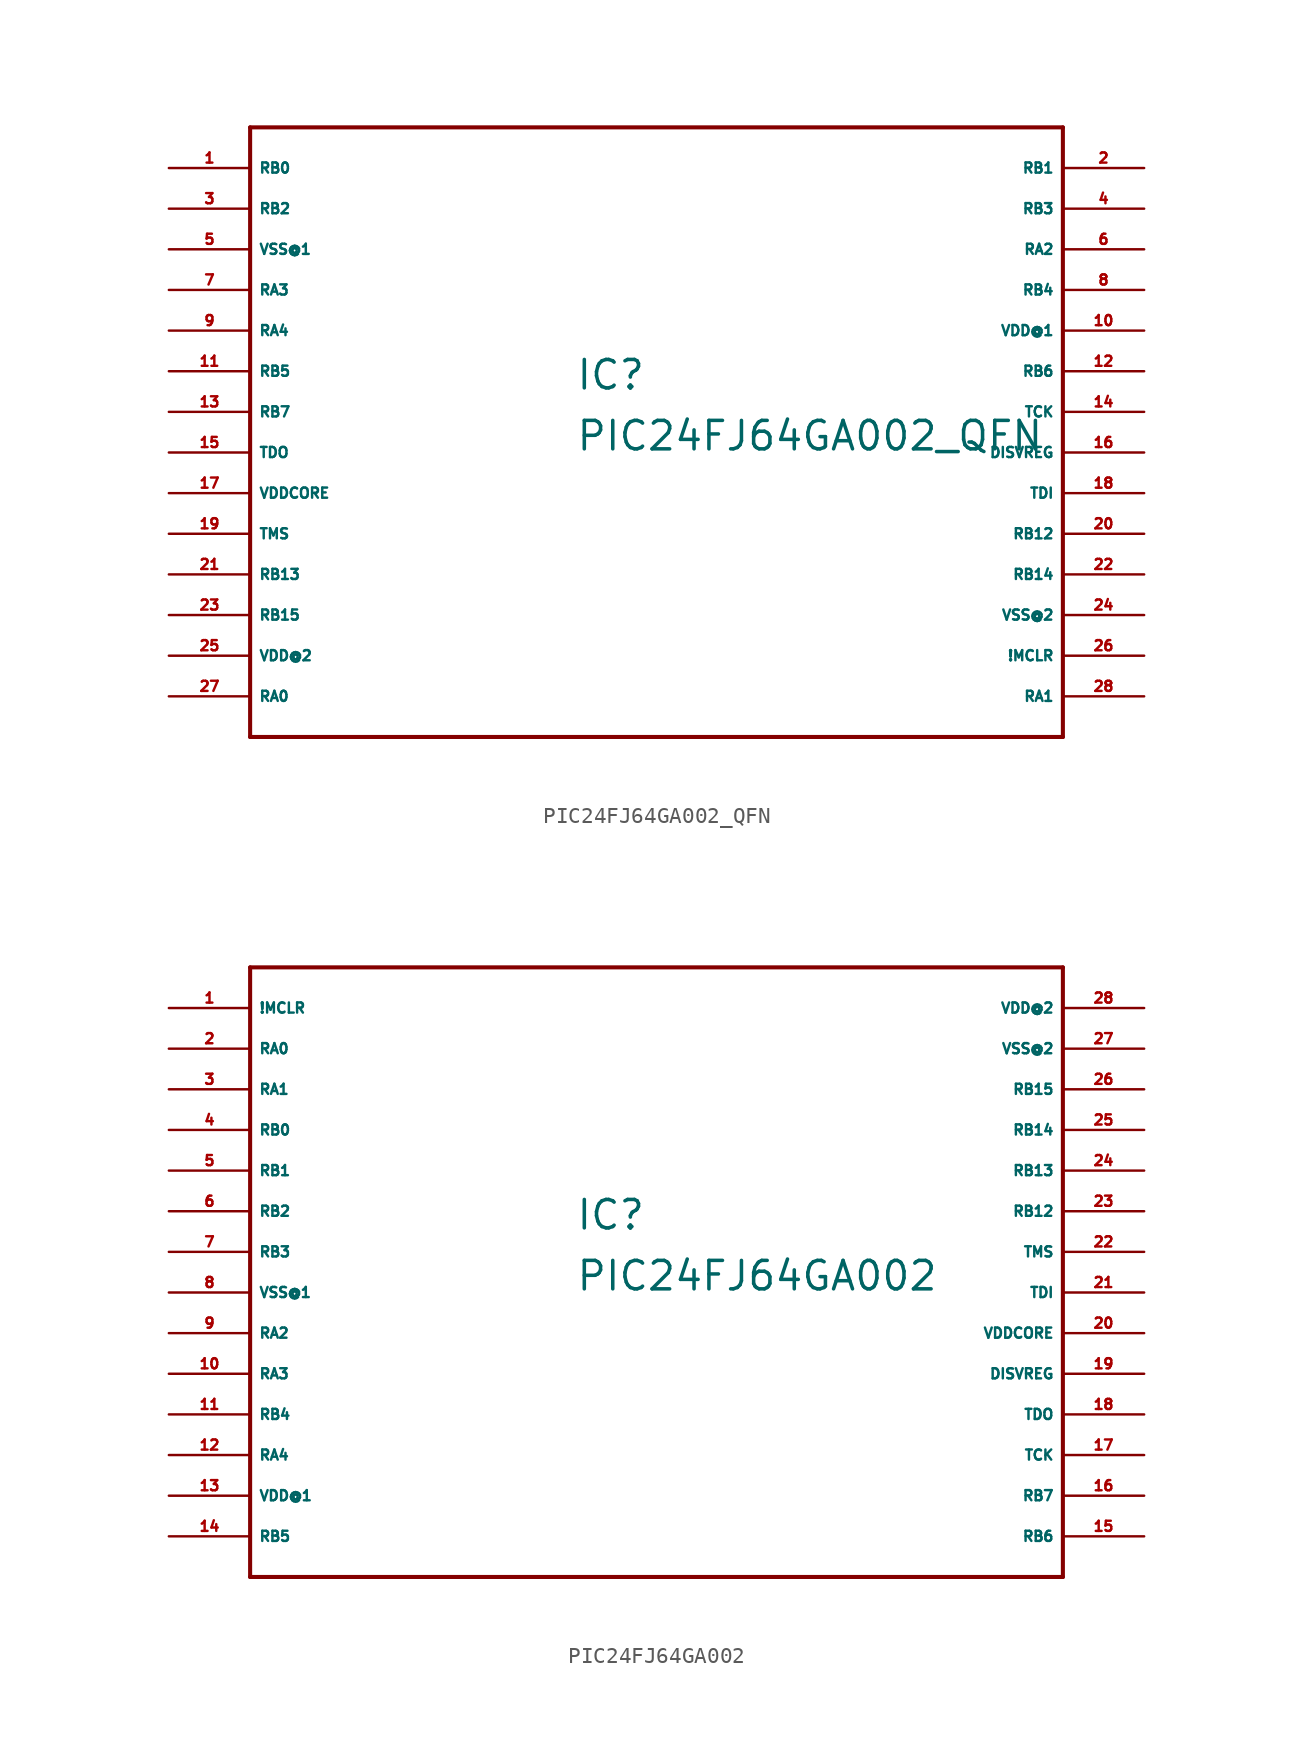
<source format=kicad_sym>
(kicad_symbol_lib
  (version 20220914)
  (generator Eagle2Kicad)
  (symbol "PIC24FJ64GA002_QFN"
    (property "Reference" "IC"
      (at -5.08 1.27 0)
      (effects (font (size 1.778 1.778) (thickness 0.22)) (justify left bottom)))
    (property "Value" "PIC24FJ64GA002_QFN"
      (at -5.08 -2.54 0)
      (effects (font (size 1.778 1.778) (thickness 0.22)) (justify left bottom)))
    (polyline
      (pts (xy -25.4 -20.32) (xy 25.4 -20.32))
      (stroke (width 0.254) (type default))
      (fill (type none)))
    (polyline
      (pts (xy 25.4 -20.32) (xy 25.4 17.78))
      (stroke (width 0.254) (type default))
      (fill (type none)))
    (polyline
      (pts (xy 25.4 17.78) (xy -25.4 17.78))
      (stroke (width 0.254) (type default))
      (fill (type none)))
    (polyline
      (pts (xy -25.4 17.78) (xy -25.4 -20.32))
      (stroke (width 0.254) (type default))
      (fill (type none)))
    (pin bidirectional line
      (at -30.48 15.24 0)
      (length 5.08)
      (name "RB0" (effects (font (size 0.635 0.635) (thickness 0.08)) (justify left bottom)))
      (number "1" (effects (font (size 0.635 0.635) (thickness 0.08)) (justify left bottom))))
    (pin bidirectional line
      (at 30.48 15.24 180)
      (length 5.08)
      (name "RB1" (effects (font (size 0.635 0.635) (thickness 0.08)) (justify left bottom)))
      (number "2" (effects (font (size 0.635 0.635) (thickness 0.08)) (justify left bottom))))
    (pin bidirectional line
      (at -30.48 12.7 0)
      (length 5.08)
      (name "RB2" (effects (font (size 0.635 0.635) (thickness 0.08)) (justify left bottom)))
      (number "3" (effects (font (size 0.635 0.635) (thickness 0.08)) (justify left bottom))))
    (pin bidirectional line
      (at 30.48 12.7 180)
      (length 5.08)
      (name "RB3" (effects (font (size 0.635 0.635) (thickness 0.08)) (justify left bottom)))
      (number "4" (effects (font (size 0.635 0.635) (thickness 0.08)) (justify left bottom))))
    (pin unspecified line
      (at -30.48 10.16 0)
      (length 5.08)
      (name "VSS@1" (effects (font (size 0.635 0.635) (thickness 0.08)) (justify left bottom)))
      (number "5" (effects (font (size 0.635 0.635) (thickness 0.08)) (justify left bottom))))
    (pin bidirectional line
      (at 30.48 10.16 180)
      (length 5.08)
      (name "RA2" (effects (font (size 0.635 0.635) (thickness 0.08)) (justify left bottom)))
      (number "6" (effects (font (size 0.635 0.635) (thickness 0.08)) (justify left bottom))))
    (pin bidirectional line
      (at -30.48 7.62 0)
      (length 5.08)
      (name "RA3" (effects (font (size 0.635 0.635) (thickness 0.08)) (justify left bottom)))
      (number "7" (effects (font (size 0.635 0.635) (thickness 0.08)) (justify left bottom))))
    (pin bidirectional line
      (at 30.48 7.62 180)
      (length 5.08)
      (name "RB4" (effects (font (size 0.635 0.635) (thickness 0.08)) (justify left bottom)))
      (number "8" (effects (font (size 0.635 0.635) (thickness 0.08)) (justify left bottom))))
    (pin bidirectional line
      (at -30.48 5.08 0)
      (length 5.08)
      (name "RA4" (effects (font (size 0.635 0.635) (thickness 0.08)) (justify left bottom)))
      (number "9" (effects (font (size 0.635 0.635) (thickness 0.08)) (justify left bottom))))
    (pin unspecified line
      (at 30.48 5.08 180)
      (length 5.08)
      (name "VDD@1" (effects (font (size 0.635 0.635) (thickness 0.08)) (justify left bottom)))
      (number "10" (effects (font (size 0.635 0.635) (thickness 0.08)) (justify left bottom))))
    (pin bidirectional line
      (at -30.48 2.54 0)
      (length 5.08)
      (name "RB5" (effects (font (size 0.635 0.635) (thickness 0.08)) (justify left bottom)))
      (number "11" (effects (font (size 0.635 0.635) (thickness 0.08)) (justify left bottom))))
    (pin bidirectional line
      (at 30.48 2.54 180)
      (length 5.08)
      (name "RB6" (effects (font (size 0.635 0.635) (thickness 0.08)) (justify left bottom)))
      (number "12" (effects (font (size 0.635 0.635) (thickness 0.08)) (justify left bottom))))
    (pin bidirectional line
      (at -30.48 0 0)
      (length 5.08)
      (name "RB7" (effects (font (size 0.635 0.635) (thickness 0.08)) (justify left bottom)))
      (number "13" (effects (font (size 0.635 0.635) (thickness 0.08)) (justify left bottom))))
    (pin input line
      (at 30.48 0 180)
      (length 5.08)
      (name "TCK" (effects (font (size 0.635 0.635) (thickness 0.08)) (justify left bottom)))
      (number "14" (effects (font (size 0.635 0.635) (thickness 0.08)) (justify left bottom))))
    (pin output line
      (at -30.48 -2.54 0)
      (length 5.08)
      (name "TDO" (effects (font (size 0.635 0.635) (thickness 0.08)) (justify left bottom)))
      (number "15" (effects (font (size 0.635 0.635) (thickness 0.08)) (justify left bottom))))
    (pin passive line
      (at 30.48 -2.54 180)
      (length 5.08)
      (name "DISVREG" (effects (font (size 0.635 0.635) (thickness 0.08)) (justify left bottom)))
      (number "16" (effects (font (size 0.635 0.635) (thickness 0.08)) (justify left bottom))))
    (pin unspecified line
      (at -30.48 -5.08 0)
      (length 5.08)
      (name "VDDCORE" (effects (font (size 0.635 0.635) (thickness 0.08)) (justify left bottom)))
      (number "17" (effects (font (size 0.635 0.635) (thickness 0.08)) (justify left bottom))))
    (pin input line
      (at 30.48 -5.08 180)
      (length 5.08)
      (name "TDI" (effects (font (size 0.635 0.635) (thickness 0.08)) (justify left bottom)))
      (number "18" (effects (font (size 0.635 0.635) (thickness 0.08)) (justify left bottom))))
    (pin input line
      (at -30.48 -7.62 0)
      (length 5.08)
      (name "TMS" (effects (font (size 0.635 0.635) (thickness 0.08)) (justify left bottom)))
      (number "19" (effects (font (size 0.635 0.635) (thickness 0.08)) (justify left bottom))))
    (pin bidirectional line
      (at 30.48 -7.62 180)
      (length 5.08)
      (name "RB12" (effects (font (size 0.635 0.635) (thickness 0.08)) (justify left bottom)))
      (number "20" (effects (font (size 0.635 0.635) (thickness 0.08)) (justify left bottom))))
    (pin bidirectional line
      (at -30.48 -10.16 0)
      (length 5.08)
      (name "RB13" (effects (font (size 0.635 0.635) (thickness 0.08)) (justify left bottom)))
      (number "21" (effects (font (size 0.635 0.635) (thickness 0.08)) (justify left bottom))))
    (pin bidirectional line
      (at 30.48 -10.16 180)
      (length 5.08)
      (name "RB14" (effects (font (size 0.635 0.635) (thickness 0.08)) (justify left bottom)))
      (number "22" (effects (font (size 0.635 0.635) (thickness 0.08)) (justify left bottom))))
    (pin bidirectional line
      (at -30.48 -12.7 0)
      (length 5.08)
      (name "RB15" (effects (font (size 0.635 0.635) (thickness 0.08)) (justify left bottom)))
      (number "23" (effects (font (size 0.635 0.635) (thickness 0.08)) (justify left bottom))))
    (pin unspecified line
      (at 30.48 -12.7 180)
      (length 5.08)
      (name "VSS@2" (effects (font (size 0.635 0.635) (thickness 0.08)) (justify left bottom)))
      (number "24" (effects (font (size 0.635 0.635) (thickness 0.08)) (justify left bottom))))
    (pin unspecified line
      (at -30.48 -15.24 0)
      (length 5.08)
      (name "VDD@2" (effects (font (size 0.635 0.635) (thickness 0.08)) (justify left bottom)))
      (number "25" (effects (font (size 0.635 0.635) (thickness 0.08)) (justify left bottom))))
    (pin bidirectional line
      (at 30.48 -15.24 180)
      (length 5.08)
      (name "!MCLR" (effects (font (size 0.635 0.635) (thickness 0.08)) (justify left bottom)))
      (number "26" (effects (font (size 0.635 0.635) (thickness 0.08)) (justify left bottom))))
    (pin bidirectional line
      (at -30.48 -17.78 0)
      (length 5.08)
      (name "RA0" (effects (font (size 0.635 0.635) (thickness 0.08)) (justify left bottom)))
      (number "27" (effects (font (size 0.635 0.635) (thickness 0.08)) (justify left bottom))))
    (pin bidirectional line
      (at 30.48 -17.78 180)
      (length 5.08)
      (name "RA1" (effects (font (size 0.635 0.635) (thickness 0.08)) (justify left bottom)))
      (number "28" (effects (font (size 0.635 0.635) (thickness 0.08)) (justify left bottom)))))
  (symbol "PIC24FJ64GA002"
    (property "Reference" "IC"
      (at -5.08 1.27 0)
      (effects (font (size 1.778 1.778) (thickness 0.22)) (justify left bottom)))
    (property "Value" "PIC24FJ64GA002"
      (at -5.08 -2.54 0)
      (effects (font (size 1.778 1.778) (thickness 0.22)) (justify left bottom)))
    (polyline
      (pts (xy -25.4 -20.32) (xy 25.4 -20.32))
      (stroke (width 0.254) (type default))
      (fill (type none)))
    (polyline
      (pts (xy 25.4 -20.32) (xy 25.4 17.78))
      (stroke (width 0.254) (type default))
      (fill (type none)))
    (polyline
      (pts (xy 25.4 17.78) (xy -25.4 17.78))
      (stroke (width 0.254) (type default))
      (fill (type none)))
    (polyline
      (pts (xy -25.4 17.78) (xy -25.4 -20.32))
      (stroke (width 0.254) (type default))
      (fill (type none)))
    (pin bidirectional line
      (at -30.48 15.24 0)
      (length 5.08)
      (name "!MCLR" (effects (font (size 0.635 0.635) (thickness 0.08)) (justify left bottom)))
      (number "1" (effects (font (size 0.635 0.635) (thickness 0.08)) (justify left bottom))))
    (pin bidirectional line
      (at -30.48 12.7 0)
      (length 5.08)
      (name "RA0" (effects (font (size 0.635 0.635) (thickness 0.08)) (justify left bottom)))
      (number "2" (effects (font (size 0.635 0.635) (thickness 0.08)) (justify left bottom))))
    (pin bidirectional line
      (at -30.48 10.16 0)
      (length 5.08)
      (name "RA1" (effects (font (size 0.635 0.635) (thickness 0.08)) (justify left bottom)))
      (number "3" (effects (font (size 0.635 0.635) (thickness 0.08)) (justify left bottom))))
    (pin bidirectional line
      (at -30.48 7.62 0)
      (length 5.08)
      (name "RB0" (effects (font (size 0.635 0.635) (thickness 0.08)) (justify left bottom)))
      (number "4" (effects (font (size 0.635 0.635) (thickness 0.08)) (justify left bottom))))
    (pin bidirectional line
      (at -30.48 5.08 0)
      (length 5.08)
      (name "RB1" (effects (font (size 0.635 0.635) (thickness 0.08)) (justify left bottom)))
      (number "5" (effects (font (size 0.635 0.635) (thickness 0.08)) (justify left bottom))))
    (pin bidirectional line
      (at -30.48 2.54 0)
      (length 5.08)
      (name "RB2" (effects (font (size 0.635 0.635) (thickness 0.08)) (justify left bottom)))
      (number "6" (effects (font (size 0.635 0.635) (thickness 0.08)) (justify left bottom))))
    (pin bidirectional line
      (at -30.48 0 0)
      (length 5.08)
      (name "RB3" (effects (font (size 0.635 0.635) (thickness 0.08)) (justify left bottom)))
      (number "7" (effects (font (size 0.635 0.635) (thickness 0.08)) (justify left bottom))))
    (pin unspecified line
      (at -30.48 -2.54 0)
      (length 5.08)
      (name "VSS@1" (effects (font (size 0.635 0.635) (thickness 0.08)) (justify left bottom)))
      (number "8" (effects (font (size 0.635 0.635) (thickness 0.08)) (justify left bottom))))
    (pin bidirectional line
      (at -30.48 -5.08 0)
      (length 5.08)
      (name "RA2" (effects (font (size 0.635 0.635) (thickness 0.08)) (justify left bottom)))
      (number "9" (effects (font (size 0.635 0.635) (thickness 0.08)) (justify left bottom))))
    (pin bidirectional line
      (at -30.48 -7.62 0)
      (length 5.08)
      (name "RA3" (effects (font (size 0.635 0.635) (thickness 0.08)) (justify left bottom)))
      (number "10" (effects (font (size 0.635 0.635) (thickness 0.08)) (justify left bottom))))
    (pin bidirectional line
      (at -30.48 -10.16 0)
      (length 5.08)
      (name "RB4" (effects (font (size 0.635 0.635) (thickness 0.08)) (justify left bottom)))
      (number "11" (effects (font (size 0.635 0.635) (thickness 0.08)) (justify left bottom))))
    (pin bidirectional line
      (at -30.48 -12.7 0)
      (length 5.08)
      (name "RA4" (effects (font (size 0.635 0.635) (thickness 0.08)) (justify left bottom)))
      (number "12" (effects (font (size 0.635 0.635) (thickness 0.08)) (justify left bottom))))
    (pin unspecified line
      (at -30.48 -15.24 0)
      (length 5.08)
      (name "VDD@1" (effects (font (size 0.635 0.635) (thickness 0.08)) (justify left bottom)))
      (number "13" (effects (font (size 0.635 0.635) (thickness 0.08)) (justify left bottom))))
    (pin bidirectional line
      (at -30.48 -17.78 0)
      (length 5.08)
      (name "RB5" (effects (font (size 0.635 0.635) (thickness 0.08)) (justify left bottom)))
      (number "14" (effects (font (size 0.635 0.635) (thickness 0.08)) (justify left bottom))))
    (pin bidirectional line
      (at 30.48 -17.78 180)
      (length 5.08)
      (name "RB6" (effects (font (size 0.635 0.635) (thickness 0.08)) (justify left bottom)))
      (number "15" (effects (font (size 0.635 0.635) (thickness 0.08)) (justify left bottom))))
    (pin bidirectional line
      (at 30.48 -15.24 180)
      (length 5.08)
      (name "RB7" (effects (font (size 0.635 0.635) (thickness 0.08)) (justify left bottom)))
      (number "16" (effects (font (size 0.635 0.635) (thickness 0.08)) (justify left bottom))))
    (pin input line
      (at 30.48 -12.7 180)
      (length 5.08)
      (name "TCK" (effects (font (size 0.635 0.635) (thickness 0.08)) (justify left bottom)))
      (number "17" (effects (font (size 0.635 0.635) (thickness 0.08)) (justify left bottom))))
    (pin output line
      (at 30.48 -10.16 180)
      (length 5.08)
      (name "TDO" (effects (font (size 0.635 0.635) (thickness 0.08)) (justify left bottom)))
      (number "18" (effects (font (size 0.635 0.635) (thickness 0.08)) (justify left bottom))))
    (pin passive line
      (at 30.48 -7.62 180)
      (length 5.08)
      (name "DISVREG" (effects (font (size 0.635 0.635) (thickness 0.08)) (justify left bottom)))
      (number "19" (effects (font (size 0.635 0.635) (thickness 0.08)) (justify left bottom))))
    (pin unspecified line
      (at 30.48 -5.08 180)
      (length 5.08)
      (name "VDDCORE" (effects (font (size 0.635 0.635) (thickness 0.08)) (justify left bottom)))
      (number "20" (effects (font (size 0.635 0.635) (thickness 0.08)) (justify left bottom))))
    (pin input line
      (at 30.48 -2.54 180)
      (length 5.08)
      (name "TDI" (effects (font (size 0.635 0.635) (thickness 0.08)) (justify left bottom)))
      (number "21" (effects (font (size 0.635 0.635) (thickness 0.08)) (justify left bottom))))
    (pin input line
      (at 30.48 0 180)
      (length 5.08)
      (name "TMS" (effects (font (size 0.635 0.635) (thickness 0.08)) (justify left bottom)))
      (number "22" (effects (font (size 0.635 0.635) (thickness 0.08)) (justify left bottom))))
    (pin bidirectional line
      (at 30.48 2.54 180)
      (length 5.08)
      (name "RB12" (effects (font (size 0.635 0.635) (thickness 0.08)) (justify left bottom)))
      (number "23" (effects (font (size 0.635 0.635) (thickness 0.08)) (justify left bottom))))
    (pin bidirectional line
      (at 30.48 5.08 180)
      (length 5.08)
      (name "RB13" (effects (font (size 0.635 0.635) (thickness 0.08)) (justify left bottom)))
      (number "24" (effects (font (size 0.635 0.635) (thickness 0.08)) (justify left bottom))))
    (pin bidirectional line
      (at 30.48 7.62 180)
      (length 5.08)
      (name "RB14" (effects (font (size 0.635 0.635) (thickness 0.08)) (justify left bottom)))
      (number "25" (effects (font (size 0.635 0.635) (thickness 0.08)) (justify left bottom))))
    (pin bidirectional line
      (at 30.48 10.16 180)
      (length 5.08)
      (name "RB15" (effects (font (size 0.635 0.635) (thickness 0.08)) (justify left bottom)))
      (number "26" (effects (font (size 0.635 0.635) (thickness 0.08)) (justify left bottom))))
    (pin unspecified line
      (at 30.48 12.7 180)
      (length 5.08)
      (name "VSS@2" (effects (font (size 0.635 0.635) (thickness 0.08)) (justify left bottom)))
      (number "27" (effects (font (size 0.635 0.635) (thickness 0.08)) (justify left bottom))))
    (pin unspecified line
      (at 30.48 15.24 180)
      (length 5.08)
      (name "VDD@2" (effects (font (size 0.635 0.635) (thickness 0.08)) (justify left bottom)))
      (number "28" (effects (font (size 0.635 0.635) (thickness 0.08)) (justify left bottom))))))
</source>
